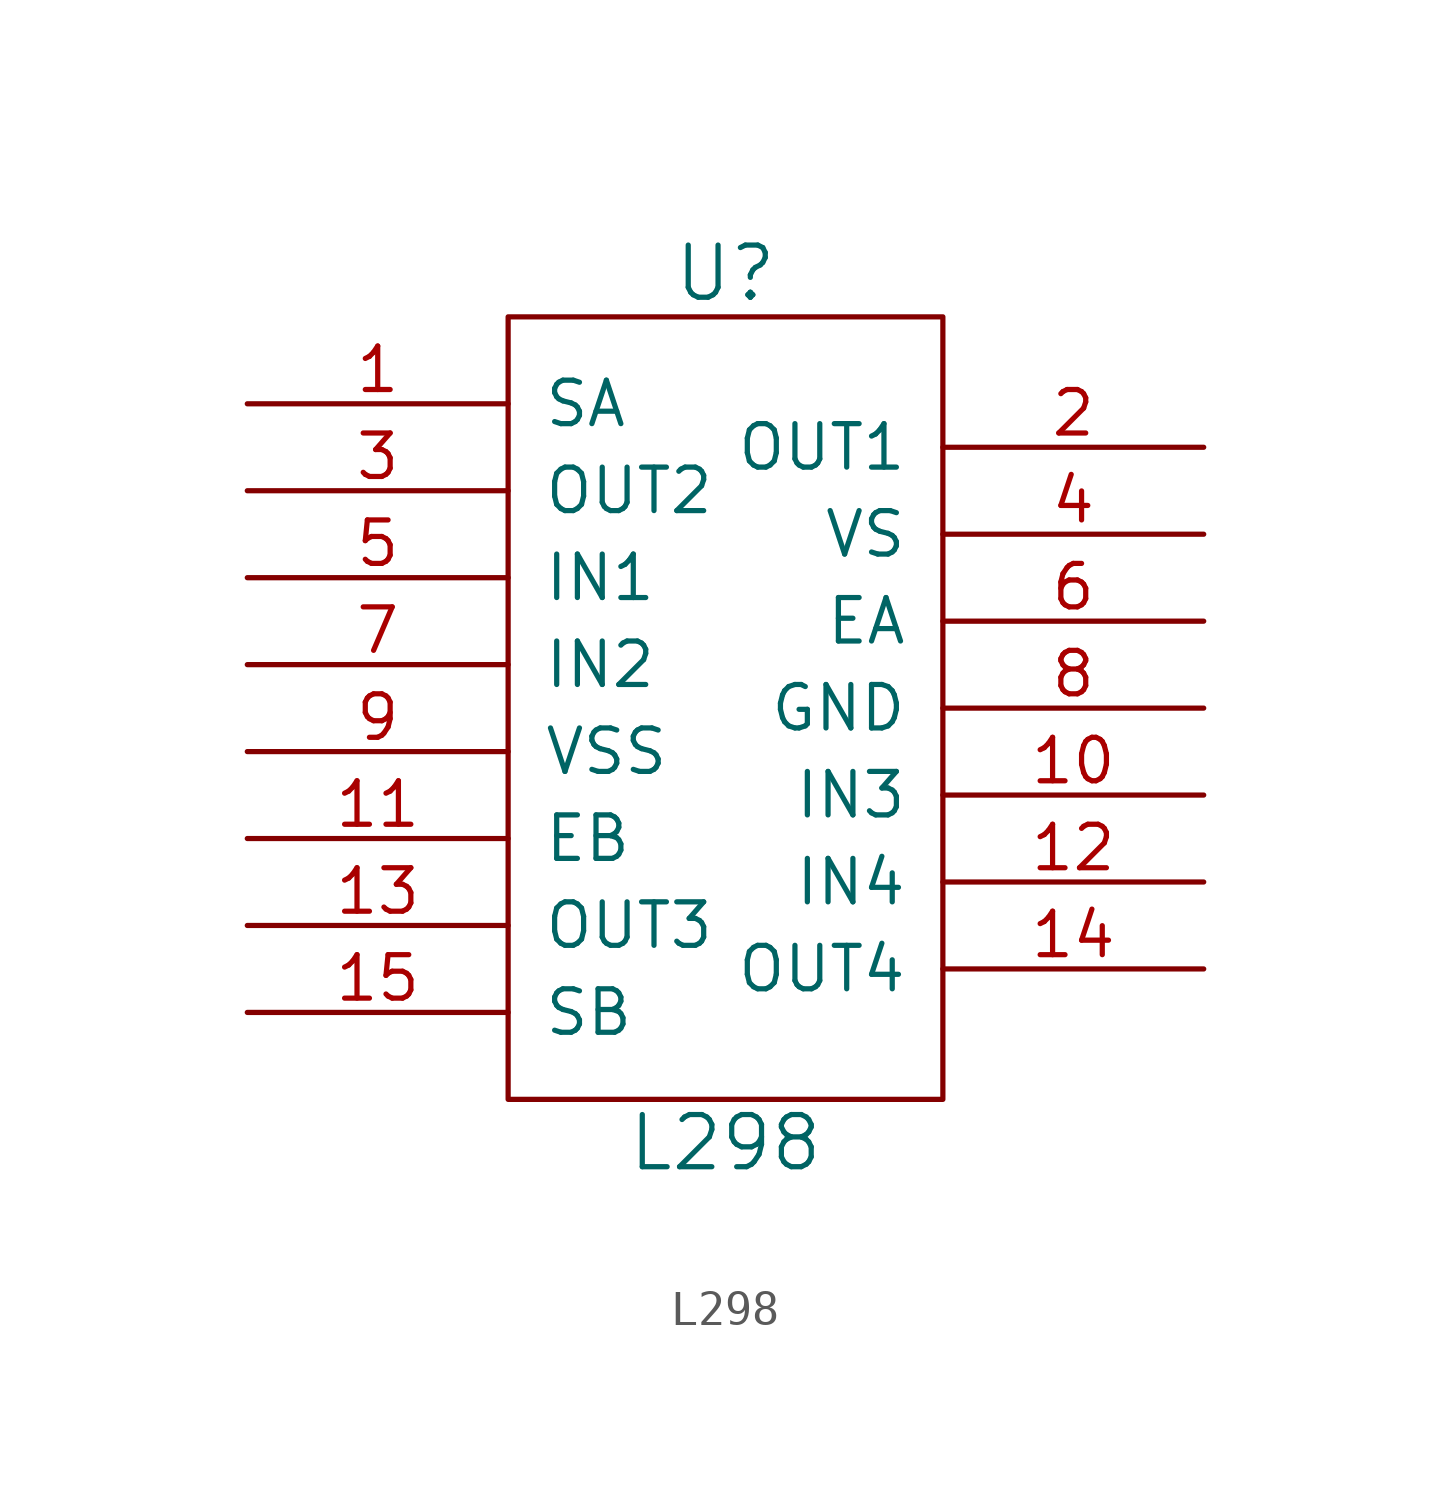
<source format=kicad_sym>
(kicad_symbol_lib
  (version 20211014)
  (generator kicad_symbol_editor)
  (symbol "L298"
    (pin_names
      (offset 1.016))
    (property "Reference" "U"
      (at 0 12.7 0)
      (effects (font (size 1.524 1.524))))
    (property "Value" "L298"
      (at 0 -12.7 0)
      (effects (font (size 1.524 1.524))))
    (property "Footprint" ""
      (at 0 0 0)
      (effects (font (size 1.524 1.524))))
    (property "Datasheet" ""
      (at 0 0 0)
      (effects (font (size 1.524 1.524))))
    (symbol "L298_0_1"
      (rectangle (start -6.35 11.43) (end 6.35 -11.43) (stroke (width 0) (type default) (color 0 0 0 0)) (fill (type none))))
    (symbol "L298_1_1"
      (pin input line (at -13.97 8.89 0) (length 7.62) (name "SA" (effects (font (size 1.27 1.27)))) (number "1" (effects (font (size 1.27 1.27)))))
      (pin bidirectional line (at 13.97 -2.54 180) (length 7.62) (name "IN3" (effects (font (size 1.27 1.27)))) (number "10" (effects (font (size 1.27 1.27)))))
      (pin bidirectional line (at -13.97 -3.81 0) (length 7.62) (name "EB" (effects (font (size 1.27 1.27)))) (number "11" (effects (font (size 1.27 1.27)))))
      (pin bidirectional line (at 13.97 -5.08 180) (length 7.62) (name "IN4" (effects (font (size 1.27 1.27)))) (number "12" (effects (font (size 1.27 1.27)))))
      (pin bidirectional line (at -13.97 -6.35 0) (length 7.62) (name "OUT3" (effects (font (size 1.27 1.27)))) (number "13" (effects (font (size 1.27 1.27)))))
      (pin bidirectional line (at 13.97 -7.62 180) (length 7.62) (name "OUT4" (effects (font (size 1.27 1.27)))) (number "14" (effects (font (size 1.27 1.27)))))
      (pin bidirectional line (at -13.97 -8.89 0) (length 7.62) (name "SB" (effects (font (size 1.27 1.27)))) (number "15" (effects (font (size 1.27 1.27)))))
      (pin input line (at 13.97 7.62 180) (length 7.62) (name "OUT1" (effects (font (size 1.27 1.27)))) (number "2" (effects (font (size 1.27 1.27)))))
      (pin bidirectional line (at -13.97 6.35 0) (length 7.62) (name "OUT2" (effects (font (size 1.27 1.27)))) (number "3" (effects (font (size 1.27 1.27)))))
      (pin bidirectional line (at 13.97 5.08 180) (length 7.62) (name "VS" (effects (font (size 1.27 1.27)))) (number "4" (effects (font (size 1.27 1.27)))))
      (pin bidirectional line (at -13.97 3.81 0) (length 7.62) (name "IN1" (effects (font (size 1.27 1.27)))) (number "5" (effects (font (size 1.27 1.27)))))
      (pin bidirectional line (at 13.97 2.54 180) (length 7.62) (name "EA" (effects (font (size 1.27 1.27)))) (number "6" (effects (font (size 1.27 1.27)))))
      (pin input line (at -13.97 1.27 0) (length 7.62) (name "IN2" (effects (font (size 1.27 1.27)))) (number "7" (effects (font (size 1.27 1.27)))))
      (pin bidirectional line (at 13.97 0 180) (length 7.62) (name "GND" (effects (font (size 1.27 1.27)))) (number "8" (effects (font (size 1.27 1.27)))))
      (pin input line (at -13.97 -1.27 0) (length 7.62) (name "VSS" (effects (font (size 1.27 1.27)))) (number "9" (effects (font (size 1.27 1.27))))))))
</source>
